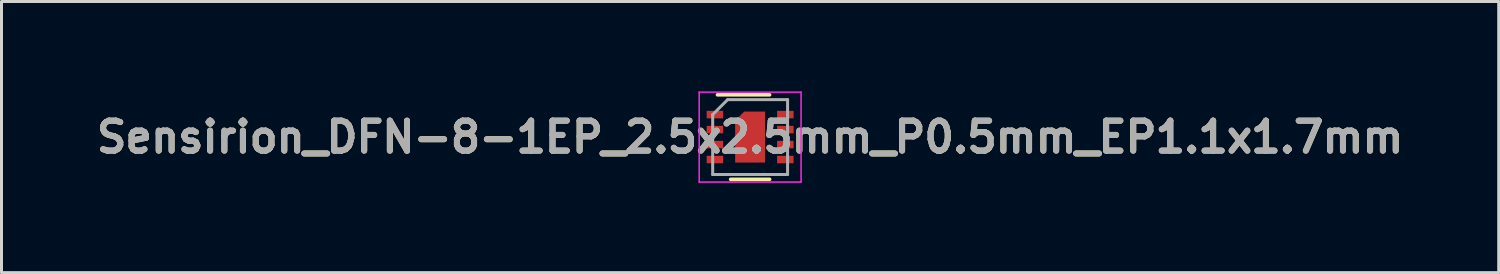
<source format=kicad_pcb>
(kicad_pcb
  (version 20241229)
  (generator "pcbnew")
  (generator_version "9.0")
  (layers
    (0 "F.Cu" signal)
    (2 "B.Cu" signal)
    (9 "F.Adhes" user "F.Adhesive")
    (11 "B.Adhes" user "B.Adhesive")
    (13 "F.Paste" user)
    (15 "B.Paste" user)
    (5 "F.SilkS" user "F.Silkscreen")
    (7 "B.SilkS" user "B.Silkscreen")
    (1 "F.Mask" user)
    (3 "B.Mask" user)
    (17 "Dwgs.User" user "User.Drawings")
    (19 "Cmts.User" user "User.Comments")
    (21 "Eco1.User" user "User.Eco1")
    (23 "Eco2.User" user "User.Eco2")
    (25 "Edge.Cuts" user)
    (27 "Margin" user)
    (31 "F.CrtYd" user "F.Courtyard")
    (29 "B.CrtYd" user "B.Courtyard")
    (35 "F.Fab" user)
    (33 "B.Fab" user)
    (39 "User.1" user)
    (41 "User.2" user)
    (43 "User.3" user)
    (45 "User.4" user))
  (footprint "Sensirion_DFN-8-1EP_2.5x2.5mm_P0.5mm_EP1.1x1.7mm"
    (layer "F.Cu")
    (at 21.986 1.525)
    (property "Reference" "Sensirion_DFN-8-1EP_2.5x2.5mm_P0.5mm_EP1.1x1.7mm" (at 0 0 0) (layer "F.SilkS") (effects (font (size 1 1) (thickness 0.2))))
    (attr through_hole)
    (fp_line (start -1.09 -1.41) (end 0.65 -1.41) (stroke (width 0.12) (type solid)) (layer "F.SilkS"))
    (fp_line (start -0.65 1.41) (end 0.65 1.41) (stroke (width 0.12) (type solid)) (layer "F.SilkS"))
    (fp_line (start -1.7 -1.5) (end -1.7 1.5) (stroke (width 0.05) (type solid)) (layer "F.CrtYd"))
    (fp_line (start -1.7 -1.5) (end 1.7 -1.5) (stroke (width 0.05) (type solid)) (layer "F.CrtYd"))
    (fp_line (start -1.7 1.5) (end 1.7 1.5) (stroke (width 0.05) (type solid)) (layer "F.CrtYd"))
    (fp_line (start 1.7 -1.5) (end 1.7 1.5) (stroke (width 0.05) (type solid)) (layer "F.CrtYd"))
    (fp_line (start -1.25 -0.75) (end -0.75 -1.25) (stroke (width 0.1) (type solid)) (layer "F.Fab"))
    (fp_line (start -1.25 1.25) (end -1.25 -0.75) (stroke (width 0.1) (type solid)) (layer "F.Fab"))
    (fp_line (start -0.75 -1.25) (end 1.25 -1.25) (stroke (width 0.1) (type solid)) (layer "F.Fab"))
    (fp_line (start 1.25 -1.25) (end 1.25 1.25) (stroke (width 0.1) (type solid)) (layer "F.Fab"))
    (fp_line (start 1.25 1.25) (end -1.25 1.25) (stroke (width 0.1) (type solid)) (layer "F.Fab"))
    (fp_text user "${REFERENCE}" (at 0 0 0) (layer "F.Fab") (effects (font (size 1 1) (thickness 0.2))))
    (pad "" smd custom (at 0 0) (size 0.9 0.9) (layers "F.Paste") (options (anchor rect)) (primitives (gr_poly (pts (xy 0.45 0.8) (xy -0.45 0.8) (xy -0.45 -0.53) (xy -0.18 -0.8) (xy 0.45 -0.8)) (width 0) (fill yes))))
    (pad "1" smd rect (at -1.175 -0.75) (size 0.55 0.25) (layers "F.Cu" "F.Mask" "F.Paste"))
    (pad "2" smd rect (at -1.175 -0.25) (size 0.55 0.25) (layers "F.Cu" "F.Mask" "F.Paste"))
    (pad "3" smd rect (at -1.175 0.25) (size 0.55 0.25) (layers "F.Cu" "F.Mask" "F.Paste"))
    (pad "4" smd rect (at -1.175 0.75 180) (size 0.55 0.25) (layers "F.Cu" "F.Mask" "F.Paste"))
    (pad "5" smd rect (at 1.175 0.75) (size 0.55 0.25) (layers "F.Cu" "F.Mask" "F.Paste"))
    (pad "6" smd rect (at 1.175 0.25) (size 0.55 0.25) (layers "F.Cu" "F.Mask" "F.Paste"))
    (pad "7" smd rect (at 1.175 -0.25) (size 0.55 0.25) (layers "F.Cu" "F.Mask" "F.Paste"))
    (pad "8" smd rect (at 1.175 -0.75) (size 0.55 0.25) (layers "F.Cu" "F.Mask" "F.Paste"))
    (pad "9" smd custom (at 0 0) (size 1 1) (layers "F.Cu" "F.Mask") (options (anchor circle)) (primitives (gr_poly (pts (xy 0.5 0.85) (xy -0.5 0.85) (xy -0.5 -0.55) (xy -0.2 -0.85) (xy 0.5 -0.85)) (width 0) (fill yes)))))
  (gr_rect
    (start -3 -3)
    (end 46.971 6.05)
    (stroke (width 0.1) (type default))
    (fill no)
    (layer "Edge.Cuts")))
</source>
